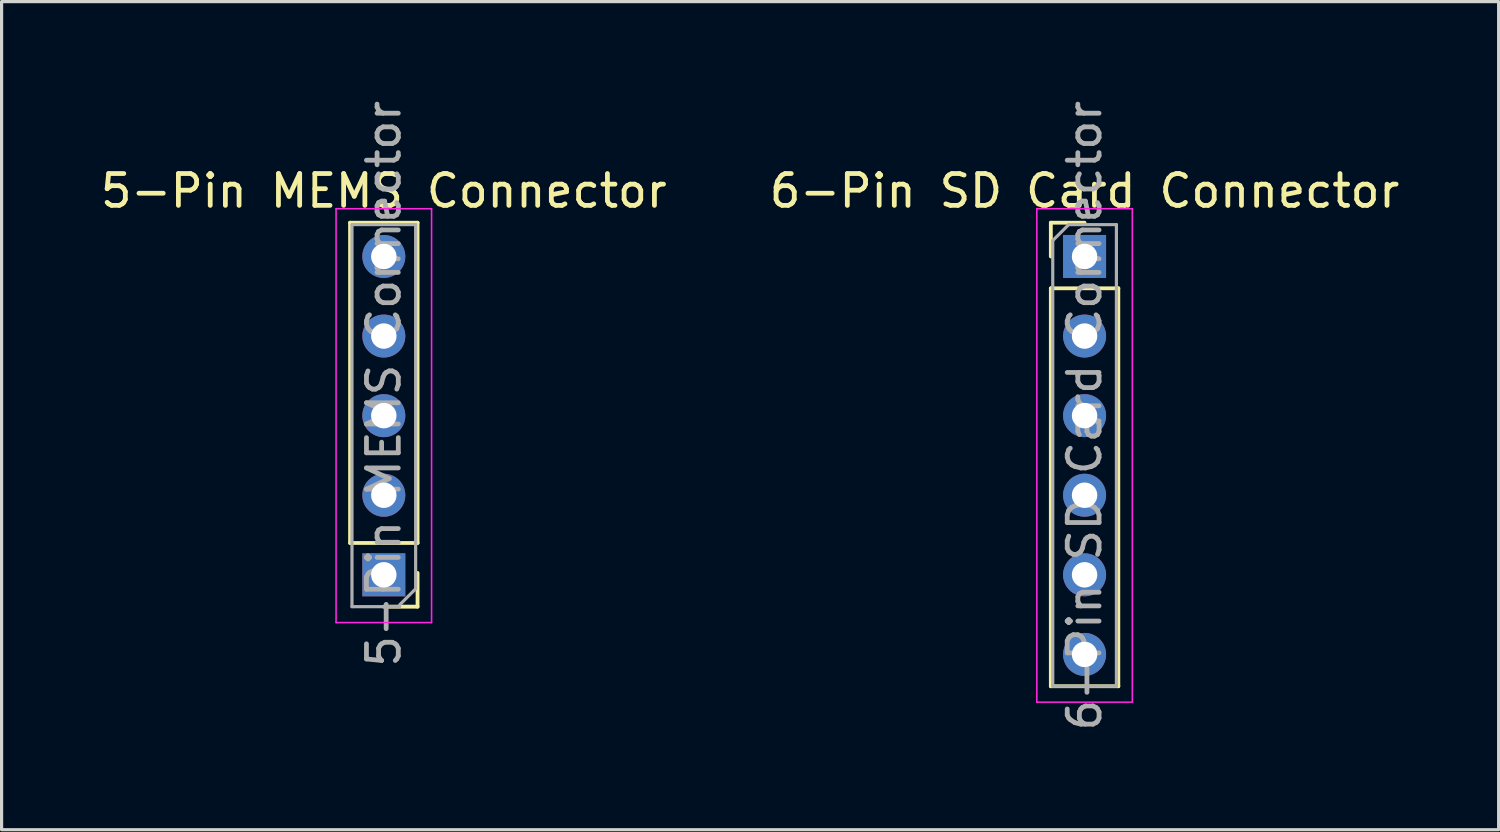
<source format=kicad_pcb>
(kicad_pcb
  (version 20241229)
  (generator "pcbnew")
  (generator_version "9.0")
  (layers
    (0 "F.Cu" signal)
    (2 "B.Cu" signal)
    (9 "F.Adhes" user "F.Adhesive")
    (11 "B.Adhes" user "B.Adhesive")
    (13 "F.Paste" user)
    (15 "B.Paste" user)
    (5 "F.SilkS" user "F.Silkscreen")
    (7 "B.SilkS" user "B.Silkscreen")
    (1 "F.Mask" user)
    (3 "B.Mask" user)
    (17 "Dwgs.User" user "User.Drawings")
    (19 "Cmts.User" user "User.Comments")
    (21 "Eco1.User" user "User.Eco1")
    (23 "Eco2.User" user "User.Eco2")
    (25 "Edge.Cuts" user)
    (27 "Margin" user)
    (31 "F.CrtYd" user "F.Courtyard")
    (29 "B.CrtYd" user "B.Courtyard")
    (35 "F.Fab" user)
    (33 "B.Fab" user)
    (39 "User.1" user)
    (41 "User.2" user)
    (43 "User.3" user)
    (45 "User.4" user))
  (footprint "6-Pin SD Card Connector"
    (layer "F.Cu")
    (at 31.018 5.006)
    (property "Reference" "6-Pin SD Card Connector" (at 0 -2.06 0) (layer "F.SilkS") (effects (font (size 1 1) (thickness 0.15))))
    (attr through_hole)
    (fp_line (start -1.06 -1.06) (end 0 -1.06) (stroke (width 0.12) (type solid)) (layer "F.SilkS"))
    (fp_line (start -1.06 0) (end -1.06 -1.06) (stroke (width 0.12) (type solid)) (layer "F.SilkS"))
    (fp_line (start -1.06 1) (end -1.06 13.5) (stroke (width 0.12) (type solid)) (layer "F.SilkS"))
    (fp_line (start -1.06 1) (end 1.06 1) (stroke (width 0.12) (type solid)) (layer "F.SilkS"))
    (fp_line (start -1.06 13.5) (end 1.06 13.5) (stroke (width 0.12) (type solid)) (layer "F.SilkS"))
    (fp_line (start 1.06 1) (end 1.06 13.5) (stroke (width 0.12) (type solid)) (layer "F.SilkS"))
    (fp_line (start -1.5 -1.5) (end -1.5 14) (stroke (width 0.05) (type solid)) (layer "F.CrtYd"))
    (fp_line (start -1.5 14) (end 1.5 14) (stroke (width 0.05) (type solid)) (layer "F.CrtYd"))
    (fp_line (start 1.5 -1.5) (end -1.5 -1.5) (stroke (width 0.05) (type solid)) (layer "F.CrtYd"))
    (fp_line (start 1.5 14) (end 1.5 -1.5) (stroke (width 0.05) (type solid)) (layer "F.CrtYd"))
    (fp_line (start -1 -0.5) (end -0.5 -1) (stroke (width 0.1) (type solid)) (layer "F.Fab"))
    (fp_line (start -1 13.5) (end -1 -0.5) (stroke (width 0.1) (type solid)) (layer "F.Fab"))
    (fp_line (start -0.5 -1) (end 1 -1) (stroke (width 0.1) (type solid)) (layer "F.Fab"))
    (fp_line (start 1 -1) (end 1 13.5) (stroke (width 0.1) (type solid)) (layer "F.Fab"))
    (fp_line (start 1 13.5) (end -1 13.5) (stroke (width 0.1) (type solid)) (layer "F.Fab"))
    (fp_text user "${REFERENCE}" (at 0 5 90) (layer "F.Fab") (effects (font (size 1 1) (thickness 0.15))))
    (pad "3v3" thru_hole rect (at 0 0) (size 1.35 1.35) (drill 0.8) (layers "*.Cu" "*.Mask"))
    (pad "CLK" thru_hole oval (at 0 7.5) (size 1.35 1.35) (drill 0.8) (layers "*.Cu" "*.Mask"))
    (pad "CS" thru_hole oval (at 0 2.5) (size 1.35 1.35) (drill 0.8) (layers "*.Cu" "*.Mask"))
    (pad "GND" thru_hole oval (at 0 12.5) (size 1.35 1.35) (drill 0.8) (layers "*.Cu" "*.Mask"))
    (pad "MISO" thru_hole oval (at 0 10) (size 1.35 1.35) (drill 0.8) (layers "*.Cu" "*.Mask"))
    (pad "MOSI" thru_hole oval (at 0 5) (size 1.35 1.35) (drill 0.8) (layers "*.Cu" "*.Mask")))
  (footprint "5-Pin MEMS Connector"
    (layer "F.Cu")
    (at 9.006 5.006)
    (property "Reference" "5-Pin MEMS Connector" (at 0 -2.06 0) (layer "F.SilkS") (effects (font (size 1 1) (thickness 0.15))))
    (attr through_hole)
    (fp_line (start -1.06 9) (end -1.06 -1.06) (stroke (width 0.12) (type solid)) (layer "F.SilkS"))
    (fp_line (start 1.06 -1.06) (end -1.06 -1.06) (stroke (width 0.12) (type solid)) (layer "F.SilkS"))
    (fp_line (start 1.06 9) (end -1.06 9) (stroke (width 0.12) (type solid)) (layer "F.SilkS"))
    (fp_line (start 1.06 9) (end 1.06 -1.06) (stroke (width 0.12) (type solid)) (layer "F.SilkS"))
    (fp_line (start 1.06 9.94) (end 1.06 11) (stroke (width 0.12) (type solid)) (layer "F.SilkS"))
    (fp_line (start 1.06 11) (end 0 11) (stroke (width 0.12) (type solid)) (layer "F.SilkS"))
    (fp_line (start -1.5 -1.5) (end -1.5 11.5) (stroke (width 0.05) (type solid)) (layer "F.CrtYd"))
    (fp_line (start -1.5 11.5) (end 1.5 11.5) (stroke (width 0.05) (type solid)) (layer "F.CrtYd"))
    (fp_line (start 1.5 -1.5) (end -1.5 -1.5) (stroke (width 0.05) (type solid)) (layer "F.CrtYd"))
    (fp_line (start 1.5 11.5) (end 1.5 -1.5) (stroke (width 0.05) (type solid)) (layer "F.CrtYd"))
    (fp_line (start -1 -1) (end 1 -1) (stroke (width 0.1) (type solid)) (layer "F.Fab"))
    (fp_line (start -1 11) (end -1 -1) (stroke (width 0.1) (type solid)) (layer "F.Fab"))
    (fp_line (start 0.5 11) (end -1 11) (stroke (width 0.1) (type solid)) (layer "F.Fab"))
    (fp_line (start 1 -1) (end 1 10.44) (stroke (width 0.1) (type solid)) (layer "F.Fab"))
    (fp_line (start 1 10.44) (end 0.5 10.94) (stroke (width 0.1) (type solid)) (layer "F.Fab"))
    (fp_text user "${REFERENCE}" (at 0 4 270) (layer "F.Fab") (effects (font (size 1 1) (thickness 0.15))))
    (pad "3V" thru_hole rect (at 0 10 270) (size 1.35 1.35) (drill 0.8) (layers "*.Cu" "*.Mask"))
    (pad "BCLK" thru_hole oval (at 0 5 180) (size 1.35 1.35) (drill 0.8) (layers "*.Cu" "*.Mask"))
    (pad "DOUT" thru_hole oval (at 0 2.5 180) (size 1.35 1.35) (drill 0.8) (layers "*.Cu" "*.Mask"))
    (pad "GND" thru_hole oval (at 0 7.5 180) (size 1.35 1.35) (drill 0.8) (layers "*.Cu" "*.Mask"))
    (pad "LRCL" thru_hole oval (at 0 0 180) (size 1.35 1.35) (drill 0.8) (layers "*.Cu" "*.Mask")))
  (gr_rect
    (start -3 -3)
    (end 44.024 23.012)
    (stroke (width 0.1) (type default))
    (fill no)
    (layer "Edge.Cuts")))
</source>
